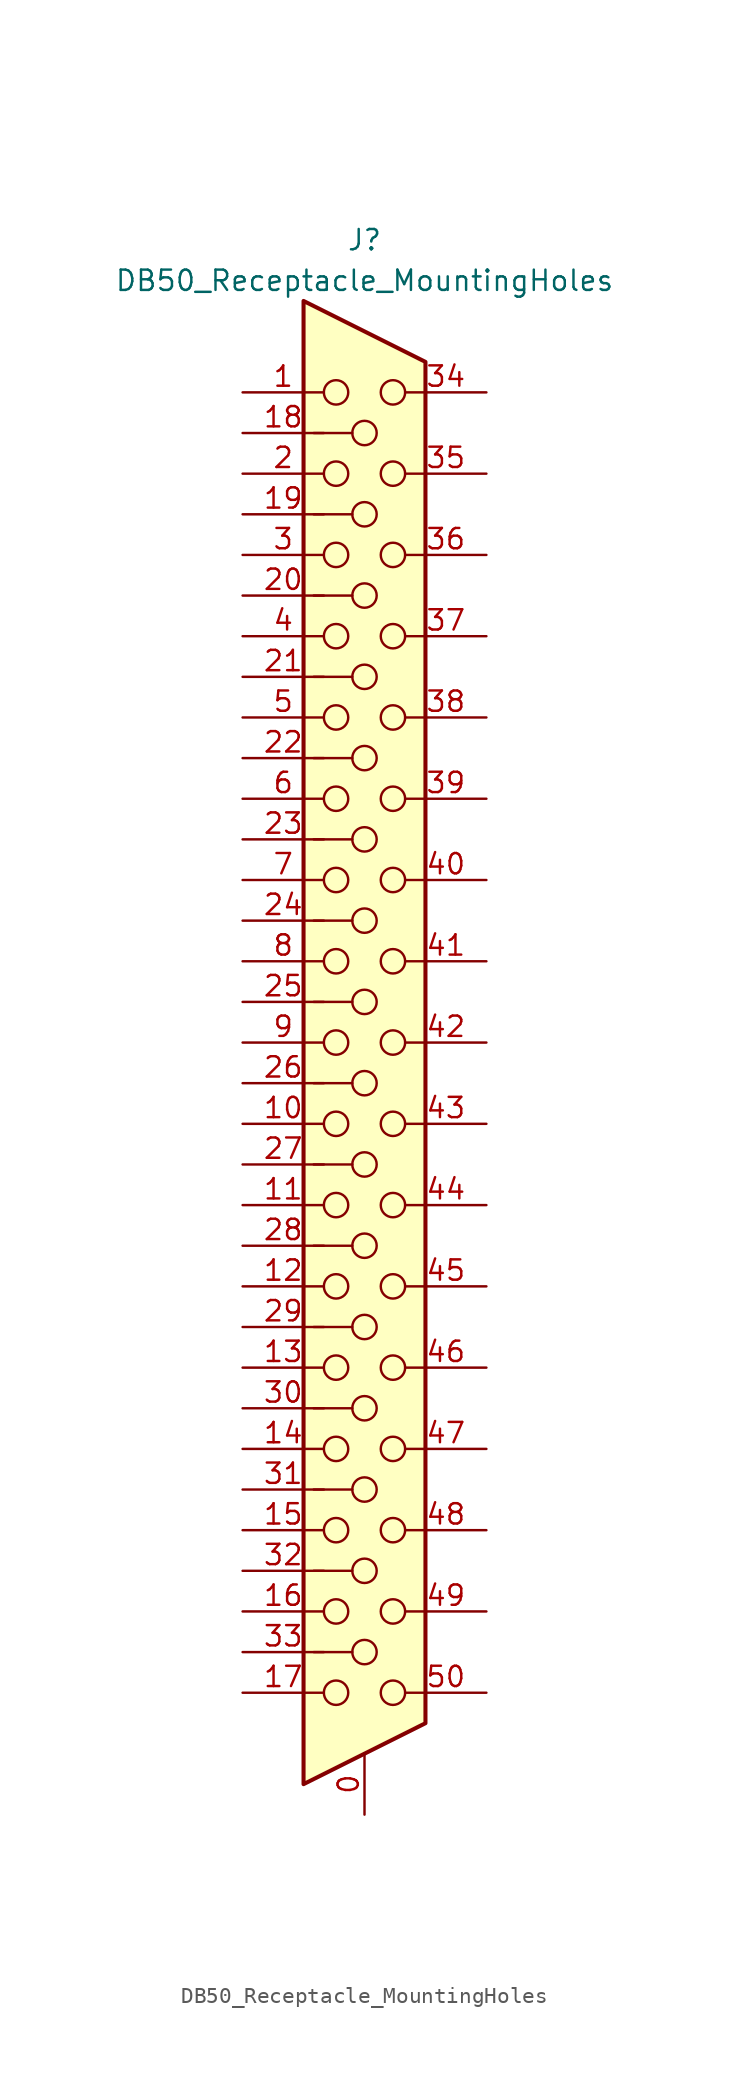
<source format=kicad_sym>
(kicad_symbol_lib
  (version 20220914)
  (generator kicad_symbol_editor)
  (symbol "DB50_Receptacle_MountingHoles"
    (pin_names
      (offset 1.016) hide)
    (property "Reference" "J"
      (at 0 50.165 0)
      (effects (font (size 1.27 1.27))))
    (property "Value" "DB50_Receptacle_MountingHoles"
      (at 0 47.625 0)
      (effects (font (size 1.27 1.27))))
    (symbol "DB50_Receptacle_MountingHoles_0_1"
      (polyline (pts (xy -3.175 12.7) (xy -0.762 12.7)) (stroke (width 0) (type solid)) (fill (type none)))
      (polyline (pts (xy -0.762 -2.54) (xy -3.175 -2.54)) (stroke (width 0) (type solid)) (fill (type none)))
      (polyline (pts (xy -0.762 2.54) (xy -3.175 2.54)) (stroke (width 0) (type solid)) (fill (type none)))
      (polyline (pts (xy -0.762 7.62) (xy -3.175 7.62)) (stroke (width 0) (type solid)) (fill (type none)))
      (polyline (pts (xy -0.762 22.86) (xy -3.175 22.86)) (stroke (width 0) (type solid)) (fill (type none)))
      (polyline (pts (xy -3.81 46.355) (xy -3.81 -46.355) (xy 3.81 -42.545) (xy 3.81 42.545) (xy -3.81 46.355)) (stroke (width 0.254) (type solid)) (fill (type background))))
    (symbol "DB50_Receptacle_MountingHoles_1_1"
      (circle (center -1.778 -40.64) (radius 0.762) (stroke (width 0) (type solid)) (fill (type none)))
      (circle (center -1.778 -35.56) (radius 0.762) (stroke (width 0) (type solid)) (fill (type none)))
      (circle (center -1.778 -30.48) (radius 0.762) (stroke (width 0) (type solid)) (fill (type none)))
      (circle (center -1.778 -25.4) (radius 0.762) (stroke (width 0) (type solid)) (fill (type none)))
      (circle (center -1.778 -20.32) (radius 0.762) (stroke (width 0) (type solid)) (fill (type none)))
      (circle (center -1.778 -15.24) (radius 0.762) (stroke (width 0) (type solid)) (fill (type none)))
      (circle (center -1.778 -10.16) (radius 0.762) (stroke (width 0) (type solid)) (fill (type none)))
      (circle (center -1.778 -5.08) (radius 0.762) (stroke (width 0) (type solid)) (fill (type none)))
      (circle (center -1.778 0) (radius 0.762) (stroke (width 0) (type solid)) (fill (type none)))
      (circle (center -1.778 5.08) (radius 0.762) (stroke (width 0) (type solid)) (fill (type none)))
      (circle (center -1.778 10.16) (radius 0.762) (stroke (width 0) (type solid)) (fill (type none)))
      (circle (center -1.778 15.24) (radius 0.762) (stroke (width 0) (type solid)) (fill (type none)))
      (circle (center -1.778 20.32) (radius 0.762) (stroke (width 0) (type solid)) (fill (type none)))
      (circle (center -1.778 25.4) (radius 0.762) (stroke (width 0) (type solid)) (fill (type none)))
      (circle (center -1.778 30.48) (radius 0.762) (stroke (width 0) (type solid)) (fill (type none)))
      (circle (center -1.778 35.56) (radius 0.762) (stroke (width 0) (type solid)) (fill (type none)))
      (circle (center -1.778 40.64) (radius 0.762) (stroke (width 0) (type solid)) (fill (type none)))
      (circle (center 0 -38.1) (radius 0.762) (stroke (width 0) (type solid)) (fill (type none)))
      (circle (center 0 -33.02) (radius 0.762) (stroke (width 0) (type solid)) (fill (type none)))
      (circle (center 0 -27.94) (radius 0.762) (stroke (width 0) (type solid)) (fill (type none)))
      (circle (center 0 -22.86) (radius 0.762) (stroke (width 0) (type solid)) (fill (type none)))
      (circle (center 0 -17.78) (radius 0.762) (stroke (width 0) (type solid)) (fill (type none)))
      (circle (center 0 -12.7) (radius 0.762) (stroke (width 0) (type solid)) (fill (type none)))
      (circle (center 0 -7.62) (radius 0.762) (stroke (width 0) (type solid)) (fill (type none)))
      (circle (center 0 -2.54) (radius 0.762) (stroke (width 0) (type solid)) (fill (type none)))
      (polyline (pts (xy -3.175 17.78) (xy -0.762 17.78)) (stroke (width 0) (type solid)) (fill (type none)))
      (polyline (pts (xy -0.762 -38.1) (xy -3.175 -38.1)) (stroke (width 0) (type solid)) (fill (type none)))
      (polyline (pts (xy -0.762 -33.02) (xy -3.175 -33.02)) (stroke (width 0) (type solid)) (fill (type none)))
      (polyline (pts (xy -0.762 -27.94) (xy -3.175 -27.94)) (stroke (width 0) (type solid)) (fill (type none)))
      (polyline (pts (xy -0.762 -22.86) (xy -3.175 -22.86)) (stroke (width 0) (type solid)) (fill (type none)))
      (polyline (pts (xy -0.762 -17.78) (xy -3.175 -17.78)) (stroke (width 0) (type solid)) (fill (type none)))
      (polyline (pts (xy -0.762 -12.7) (xy -3.175 -12.7)) (stroke (width 0) (type solid)) (fill (type none)))
      (polyline (pts (xy -0.762 -7.62) (xy -3.175 -7.62)) (stroke (width 0) (type solid)) (fill (type none)))
      (polyline (pts (xy -0.762 27.94) (xy -3.175 27.94)) (stroke (width 0) (type solid)) (fill (type none)))
      (polyline (pts (xy -0.762 33.02) (xy -3.175 33.02)) (stroke (width 0) (type solid)) (fill (type none)))
      (polyline (pts (xy -0.762 38.1) (xy -3.175 38.1)) (stroke (width 0) (type solid)) (fill (type none)))
      (circle (center 0 2.54) (radius 0.762) (stroke (width 0) (type solid)) (fill (type none)))
      (circle (center 0 7.62) (radius 0.762) (stroke (width 0) (type solid)) (fill (type none)))
      (circle (center 0 12.7) (radius 0.762) (stroke (width 0) (type solid)) (fill (type none)))
      (circle (center 0 17.78) (radius 0.762) (stroke (width 0) (type solid)) (fill (type none)))
      (circle (center 0 22.86) (radius 0.762) (stroke (width 0) (type solid)) (fill (type none)))
      (circle (center 0 27.94) (radius 0.762) (stroke (width 0) (type solid)) (fill (type none)))
      (circle (center 0 33.02) (radius 0.762) (stroke (width 0) (type solid)) (fill (type none)))
      (circle (center 0 38.1) (radius 0.762) (stroke (width 0) (type solid)) (fill (type none)))
      (circle (center 1.778 -40.64) (radius 0.762) (stroke (width 0) (type solid)) (fill (type none)))
      (circle (center 1.778 -35.56) (radius 0.762) (stroke (width 0) (type solid)) (fill (type none)))
      (circle (center 1.778 -30.48) (radius 0.762) (stroke (width 0) (type solid)) (fill (type none)))
      (circle (center 1.778 -25.4) (radius 0.762) (stroke (width 0) (type solid)) (fill (type none)))
      (circle (center 1.778 -20.32) (radius 0.762) (stroke (width 0) (type solid)) (fill (type none)))
      (circle (center 1.778 -15.24) (radius 0.762) (stroke (width 0) (type solid)) (fill (type none)))
      (circle (center 1.778 -10.16) (radius 0.762) (stroke (width 0) (type solid)) (fill (type none)))
      (circle (center 1.778 -5.08) (radius 0.762) (stroke (width 0) (type solid)) (fill (type none)))
      (circle (center 1.778 0) (radius 0.762) (stroke (width 0) (type solid)) (fill (type none)))
      (circle (center 1.778 5.08) (radius 0.762) (stroke (width 0) (type solid)) (fill (type none)))
      (circle (center 1.778 10.16) (radius 0.762) (stroke (width 0) (type solid)) (fill (type none)))
      (circle (center 1.778 15.24) (radius 0.762) (stroke (width 0) (type solid)) (fill (type none)))
      (circle (center 1.778 20.32) (radius 0.762) (stroke (width 0) (type solid)) (fill (type none)))
      (circle (center 1.778 25.4) (radius 0.762) (stroke (width 0) (type solid)) (fill (type none)))
      (circle (center 1.778 30.48) (radius 0.762) (stroke (width 0) (type solid)) (fill (type none)))
      (circle (center 1.778 35.56) (radius 0.762) (stroke (width 0) (type solid)) (fill (type none)))
      (circle (center 1.778 40.64) (radius 0.762) (stroke (width 0) (type solid)) (fill (type none)))
      (pin passive line (at 0 -48.26 90) (length 3.81) (name "PAD" (effects (font (size 1.27 1.27)))) (number "0" (effects (font (size 1.27 1.27)))))
      (pin passive line (at -7.62 40.64 0) (length 5.08) (name "~" (effects (font (size 1.27 1.27)))) (number "1" (effects (font (size 1.27 1.27)))))
      (pin passive line (at -7.62 -5.08 0) (length 5.08) (name "~" (effects (font (size 1.27 1.27)))) (number "10" (effects (font (size 1.27 1.27)))))
      (pin passive line (at -7.62 -10.16 0) (length 5.08) (name "~" (effects (font (size 1.27 1.27)))) (number "11" (effects (font (size 1.27 1.27)))))
      (pin passive line (at -7.62 -15.24 0) (length 5.08) (name "~" (effects (font (size 1.27 1.27)))) (number "12" (effects (font (size 1.27 1.27)))))
      (pin passive line (at -7.62 -20.32 0) (length 5.08) (name "~" (effects (font (size 1.27 1.27)))) (number "13" (effects (font (size 1.27 1.27)))))
      (pin passive line (at -7.62 -25.4 0) (length 5.08) (name "~" (effects (font (size 1.27 1.27)))) (number "14" (effects (font (size 1.27 1.27)))))
      (pin passive line (at -7.62 -30.48 0) (length 5.08) (name "~" (effects (font (size 1.27 1.27)))) (number "15" (effects (font (size 1.27 1.27)))))
      (pin passive line (at -7.62 -35.56 0) (length 5.08) (name "~" (effects (font (size 1.27 1.27)))) (number "16" (effects (font (size 1.27 1.27)))))
      (pin passive line (at -7.62 -40.64 0) (length 5.08) (name "~" (effects (font (size 1.27 1.27)))) (number "17" (effects (font (size 1.27 1.27)))))
      (pin passive line (at -7.62 38.1 0) (length 5.08) (name "~" (effects (font (size 1.27 1.27)))) (number "18" (effects (font (size 1.27 1.27)))))
      (pin passive line (at -7.62 33.02 0) (length 5.08) (name "~" (effects (font (size 1.27 1.27)))) (number "19" (effects (font (size 1.27 1.27)))))
      (pin passive line (at -7.62 35.56 0) (length 5.08) (name "~" (effects (font (size 1.27 1.27)))) (number "2" (effects (font (size 1.27 1.27)))))
      (pin passive line (at -7.62 27.94 0) (length 5.08) (name "~" (effects (font (size 1.27 1.27)))) (number "20" (effects (font (size 1.27 1.27)))))
      (pin passive line (at -7.62 22.86 0) (length 5.08) (name "~" (effects (font (size 1.27 1.27)))) (number "21" (effects (font (size 1.27 1.27)))))
      (pin passive line (at -7.62 17.78 0) (length 5.08) (name "~" (effects (font (size 1.27 1.27)))) (number "22" (effects (font (size 1.27 1.27)))))
      (pin passive line (at -7.62 12.7 0) (length 5.08) (name "~" (effects (font (size 1.27 1.27)))) (number "23" (effects (font (size 1.27 1.27)))))
      (pin passive line (at -7.62 7.62 0) (length 5.08) (name "~" (effects (font (size 1.27 1.27)))) (number "24" (effects (font (size 1.27 1.27)))))
      (pin passive line (at -7.62 2.54 0) (length 5.08) (name "~" (effects (font (size 1.27 1.27)))) (number "25" (effects (font (size 1.27 1.27)))))
      (pin passive line (at -7.62 -2.54 0) (length 5.08) (name "~" (effects (font (size 1.27 1.27)))) (number "26" (effects (font (size 1.27 1.27)))))
      (pin passive line (at -7.62 -7.62 0) (length 5.08) (name "~" (effects (font (size 1.27 1.27)))) (number "27" (effects (font (size 1.27 1.27)))))
      (pin passive line (at -7.62 -12.7 0) (length 5.08) (name "~" (effects (font (size 1.27 1.27)))) (number "28" (effects (font (size 1.27 1.27)))))
      (pin passive line (at -7.62 -17.78 0) (length 5.08) (name "~" (effects (font (size 1.27 1.27)))) (number "29" (effects (font (size 1.27 1.27)))))
      (pin passive line (at -7.62 30.48 0) (length 5.08) (name "~" (effects (font (size 1.27 1.27)))) (number "3" (effects (font (size 1.27 1.27)))))
      (pin passive line (at -7.62 -22.86 0) (length 5.08) (name "~" (effects (font (size 1.27 1.27)))) (number "30" (effects (font (size 1.27 1.27)))))
      (pin passive line (at -7.62 -27.94 0) (length 5.08) (name "~" (effects (font (size 1.27 1.27)))) (number "31" (effects (font (size 1.27 1.27)))))
      (pin passive line (at -7.62 -33.02 0) (length 5.08) (name "~" (effects (font (size 1.27 1.27)))) (number "32" (effects (font (size 1.27 1.27)))))
      (pin passive line (at -7.62 -38.1 0) (length 5.08) (name "~" (effects (font (size 1.27 1.27)))) (number "33" (effects (font (size 1.27 1.27)))))
      (pin passive line (at 7.62 40.64 180) (length 5.08) (name "~" (effects (font (size 1.27 1.27)))) (number "34" (effects (font (size 1.27 1.27)))))
      (pin passive line (at 7.62 35.56 180) (length 5.08) (name "~" (effects (font (size 1.27 1.27)))) (number "35" (effects (font (size 1.27 1.27)))))
      (pin passive line (at 7.62 30.48 180) (length 5.08) (name "~" (effects (font (size 1.27 1.27)))) (number "36" (effects (font (size 1.27 1.27)))))
      (pin passive line (at 7.62 25.4 180) (length 5.08) (name "~" (effects (font (size 1.27 1.27)))) (number "37" (effects (font (size 1.27 1.27)))))
      (pin passive line (at 7.62 20.32 180) (length 5.08) (name "~" (effects (font (size 1.27 1.27)))) (number "38" (effects (font (size 1.27 1.27)))))
      (pin passive line (at 7.62 15.24 180) (length 5.08) (name "~" (effects (font (size 1.27 1.27)))) (number "39" (effects (font (size 1.27 1.27)))))
      (pin passive line (at -7.62 25.4 0) (length 5.08) (name "~" (effects (font (size 1.27 1.27)))) (number "4" (effects (font (size 1.27 1.27)))))
      (pin passive line (at 7.62 10.16 180) (length 5.08) (name "~" (effects (font (size 1.27 1.27)))) (number "40" (effects (font (size 1.27 1.27)))))
      (pin passive line (at 7.62 5.08 180) (length 5.08) (name "~" (effects (font (size 1.27 1.27)))) (number "41" (effects (font (size 1.27 1.27)))))
      (pin passive line (at 7.62 0 180) (length 5.08) (name "~" (effects (font (size 1.27 1.27)))) (number "42" (effects (font (size 1.27 1.27)))))
      (pin passive line (at 7.62 -5.08 180) (length 5.08) (name "~" (effects (font (size 1.27 1.27)))) (number "43" (effects (font (size 1.27 1.27)))))
      (pin passive line (at 7.62 -10.16 180) (length 5.08) (name "~" (effects (font (size 1.27 1.27)))) (number "44" (effects (font (size 1.27 1.27)))))
      (pin passive line (at 7.62 -15.24 180) (length 5.08) (name "~" (effects (font (size 1.27 1.27)))) (number "45" (effects (font (size 1.27 1.27)))))
      (pin passive line (at 7.62 -20.32 180) (length 5.08) (name "~" (effects (font (size 1.27 1.27)))) (number "46" (effects (font (size 1.27 1.27)))))
      (pin passive line (at 7.62 -25.4 180) (length 5.08) (name "~" (effects (font (size 1.27 1.27)))) (number "47" (effects (font (size 1.27 1.27)))))
      (pin passive line (at 7.62 -30.48 180) (length 5.08) (name "~" (effects (font (size 1.27 1.27)))) (number "48" (effects (font (size 1.27 1.27)))))
      (pin passive line (at 7.62 -35.56 180) (length 5.08) (name "~" (effects (font (size 1.27 1.27)))) (number "49" (effects (font (size 1.27 1.27)))))
      (pin passive line (at -7.62 20.32 0) (length 5.08) (name "~" (effects (font (size 1.27 1.27)))) (number "5" (effects (font (size 1.27 1.27)))))
      (pin passive line (at 7.62 -40.64 180) (length 5.08) (name "~" (effects (font (size 1.27 1.27)))) (number "50" (effects (font (size 1.27 1.27)))))
      (pin passive line (at -7.62 15.24 0) (length 5.08) (name "~" (effects (font (size 1.27 1.27)))) (number "6" (effects (font (size 1.27 1.27)))))
      (pin passive line (at -7.62 10.16 0) (length 5.08) (name "~" (effects (font (size 1.27 1.27)))) (number "7" (effects (font (size 1.27 1.27)))))
      (pin passive line (at -7.62 5.08 0) (length 5.08) (name "~" (effects (font (size 1.27 1.27)))) (number "8" (effects (font (size 1.27 1.27)))))
      (pin passive line (at -7.62 0 0) (length 5.08) (name "~" (effects (font (size 1.27 1.27)))) (number "9" (effects (font (size 1.27 1.27))))))))
</source>
